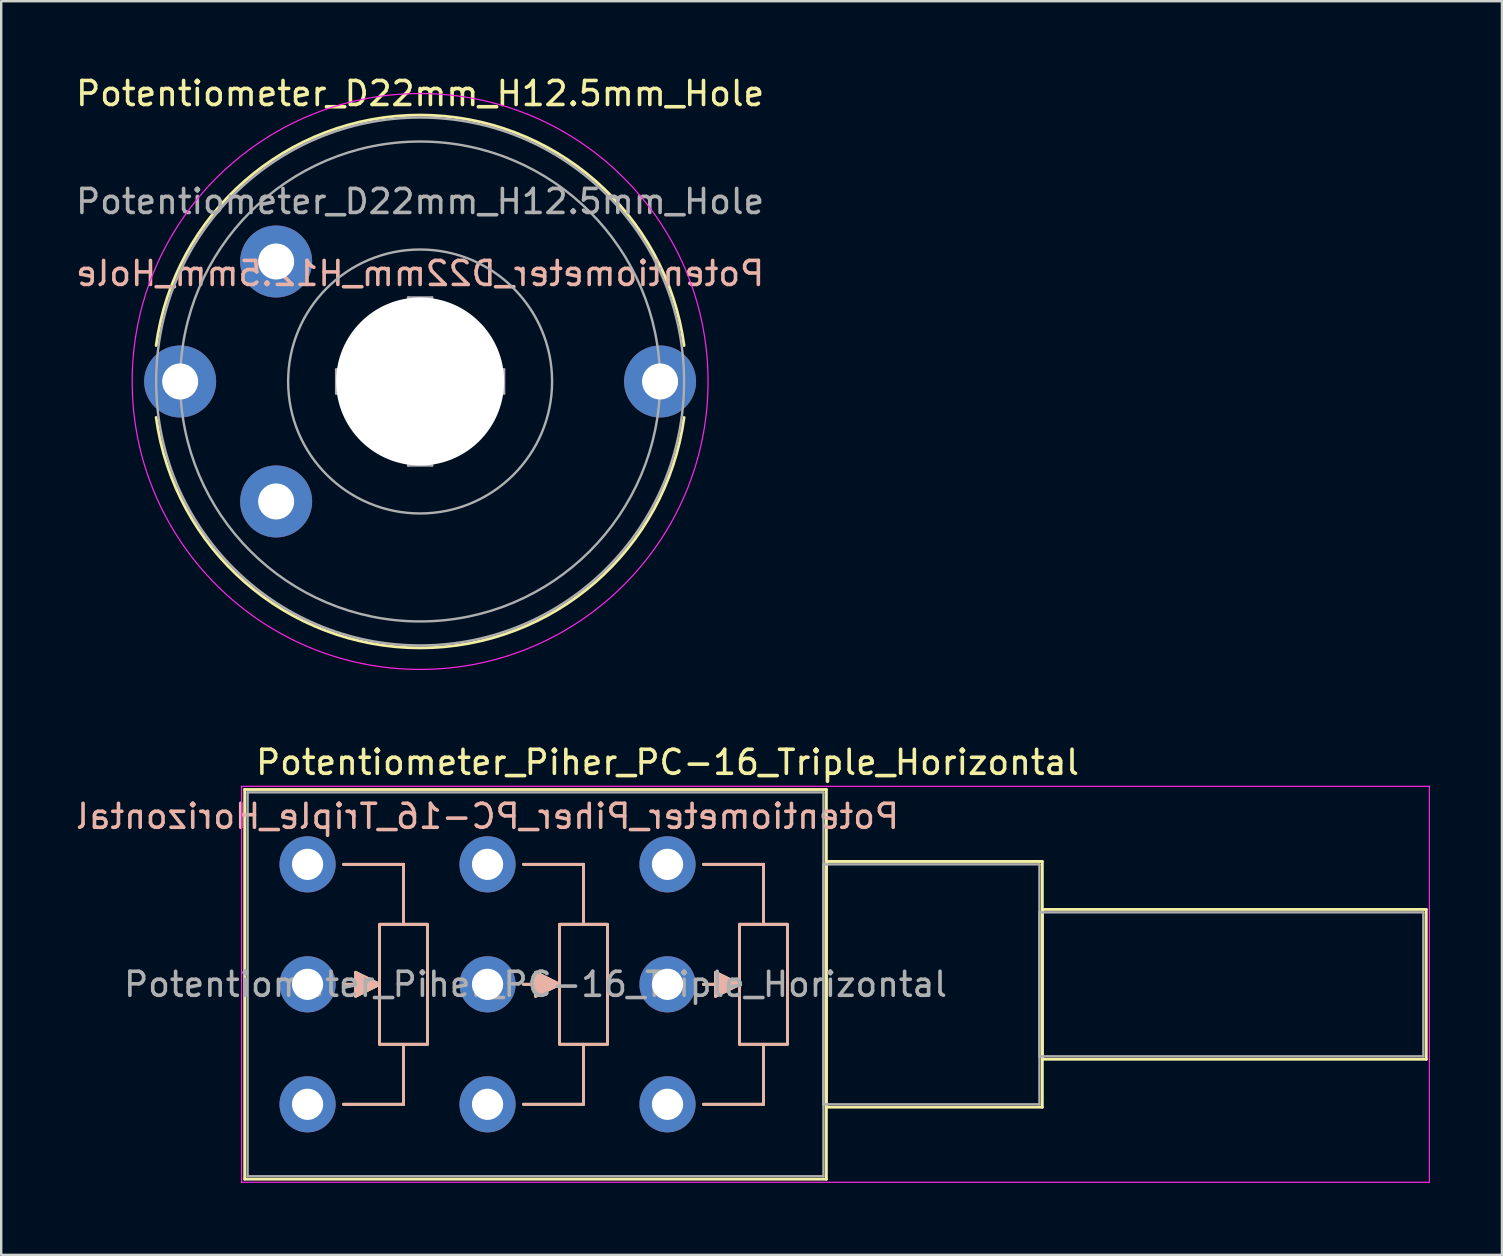
<source format=kicad_pcb>
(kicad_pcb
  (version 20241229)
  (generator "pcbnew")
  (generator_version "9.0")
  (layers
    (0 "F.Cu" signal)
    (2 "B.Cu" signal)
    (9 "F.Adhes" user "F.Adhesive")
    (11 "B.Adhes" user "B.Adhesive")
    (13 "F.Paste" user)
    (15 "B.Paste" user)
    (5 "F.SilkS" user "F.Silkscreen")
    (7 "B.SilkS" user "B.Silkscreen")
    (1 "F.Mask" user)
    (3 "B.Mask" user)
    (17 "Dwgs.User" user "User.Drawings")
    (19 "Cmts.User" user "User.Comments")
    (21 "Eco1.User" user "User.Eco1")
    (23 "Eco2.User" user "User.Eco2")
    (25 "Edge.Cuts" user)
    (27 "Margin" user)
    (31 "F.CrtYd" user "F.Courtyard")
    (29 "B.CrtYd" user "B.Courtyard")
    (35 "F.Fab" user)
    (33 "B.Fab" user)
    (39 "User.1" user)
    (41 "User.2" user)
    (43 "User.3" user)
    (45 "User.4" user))
  (footprint "Potentiometer_Piher_PC-16_Triple_Horizontal"
    (layer "F.Cu")
    (at 24.768 42.971)
    (property "Reference" "Potentiometer_Piher_PC-16_Triple_Horizontal" (at 0 -14.25 0) (layer "F.SilkS") (effects (font (size 1 1) (thickness 0.15))))
    (attr through_hole)
    (fp_line (start -17.62 -13.12) (end -17.62 3.12) (stroke (width 0.12) (type solid)) (layer "F.SilkS"))
    (fp_line (start -17.62 -13.12) (end 6.62 -13.12) (stroke (width 0.12) (type solid)) (layer "F.SilkS"))
    (fp_line (start -17.62 3.12) (end 6.62 3.12) (stroke (width 0.12) (type solid)) (layer "F.SilkS"))
    (fp_line (start -13.5 0) (end -11 0) (stroke (width 0.12) (type solid)) (layer "F.SilkS"))
    (fp_line (start -12 -5) (end -13.5 -5) (stroke (width 0.12) (type solid)) (layer "F.SilkS"))
    (fp_line (start -11 -10) (end -13.5 -10) (stroke (width 0.12) (type solid)) (layer "F.SilkS"))
    (fp_line (start -11 -7.5) (end -11 -10) (stroke (width 0.12) (type solid)) (layer "F.SilkS"))
    (fp_line (start -11 0) (end -11 -2.5) (stroke (width 0.12) (type solid)) (layer "F.SilkS"))
    (fp_line (start -6 0) (end -3.5 0) (stroke (width 0.12) (type solid)) (layer "F.SilkS"))
    (fp_line (start -4.5 -5) (end -6 -5) (stroke (width 0.12) (type solid)) (layer "F.SilkS"))
    (fp_line (start -3.5 -10) (end -6 -10) (stroke (width 0.12) (type solid)) (layer "F.SilkS"))
    (fp_line (start -3.5 -7.5) (end -3.5 -10) (stroke (width 0.12) (type solid)) (layer "F.SilkS"))
    (fp_line (start -3.5 0) (end -3.5 -2.5) (stroke (width 0.12) (type solid)) (layer "F.SilkS"))
    (fp_line (start 1.5 0) (end 4 0) (stroke (width 0.12) (type solid)) (layer "F.SilkS"))
    (fp_line (start 3 -5) (end 1.5 -5) (stroke (width 0.12) (type solid)) (layer "F.SilkS"))
    (fp_line (start 4 -10) (end 1.5 -10) (stroke (width 0.12) (type solid)) (layer "F.SilkS"))
    (fp_line (start 4 -7.5) (end 4 -10) (stroke (width 0.12) (type solid)) (layer "F.SilkS"))
    (fp_line (start 4 0) (end 4 -2.5) (stroke (width 0.12) (type solid)) (layer "F.SilkS"))
    (fp_line (start 6.62 -13.12) (end 6.62 3.12) (stroke (width 0.12) (type solid)) (layer "F.SilkS"))
    (fp_line (start 6.62 -10.12) (end 6.62 0.12) (stroke (width 0.12) (type solid)) (layer "F.SilkS"))
    (fp_line (start 6.62 -10.12) (end 15.62 -10.12) (stroke (width 0.12) (type solid)) (layer "F.SilkS"))
    (fp_line (start 6.62 0.12) (end 15.62 0.12) (stroke (width 0.12) (type solid)) (layer "F.SilkS"))
    (fp_line (start 15.62 -10.12) (end 15.62 0.12) (stroke (width 0.12) (type solid)) (layer "F.SilkS"))
    (fp_line (start 15.62 -8.12) (end 15.62 -1.879) (stroke (width 0.12) (type solid)) (layer "F.SilkS"))
    (fp_line (start 15.62 -8.12) (end 31.62 -8.12) (stroke (width 0.12) (type solid)) (layer "F.SilkS"))
    (fp_line (start 15.62 -1.879) (end 31.62 -1.879) (stroke (width 0.12) (type solid)) (layer "F.SilkS"))
    (fp_line (start 31.62 -8.12) (end 31.62 -1.879) (stroke (width 0.12) (type solid)) (layer "F.SilkS"))
    (fp_rect (start -10 -2.5) (end -12 -7.5) (stroke (width 0.12) (type solid)) (fill no) (layer "F.SilkS"))
    (fp_rect (start -2.5 -2.5) (end -4.5 -7.5) (stroke (width 0.12) (type solid)) (fill no) (layer "F.SilkS"))
    (fp_rect (start 5 -2.5) (end 3 -7.5) (stroke (width 0.12) (type solid)) (fill no) (layer "F.SilkS"))
    (fp_poly (pts (xy -13 -5.5) (xy -12 -5) (xy -13 -4.5)) (stroke (width 0.12) (type solid)) (fill yes) (layer "F.SilkS"))
    (fp_poly (pts (xy -5.5 -5.5) (xy -4.5 -5) (xy -5.5 -4.5)) (stroke (width 0.12) (type solid)) (fill yes) (layer "F.SilkS"))
    (fp_poly (pts (xy 2 -5.5) (xy 3 -5) (xy 2 -4.5)) (stroke (width 0.12) (type solid)) (fill yes) (layer "F.SilkS"))
    (fp_line (start -13.5 -5) (end -13 -5) (stroke (width 0.12) (type solid)) (layer "B.SilkS"))
    (fp_line (start -11 -10) (end -13.5 -10) (stroke (width 0.12) (type solid)) (layer "B.SilkS"))
    (fp_line (start -11 -7.5) (end -11 -10) (stroke (width 0.12) (type solid)) (layer "B.SilkS"))
    (fp_line (start -11 -2.5) (end -11 0) (stroke (width 0.12) (type solid)) (layer "B.SilkS"))
    (fp_line (start -11 0) (end -13.5 0) (stroke (width 0.12) (type solid)) (layer "B.SilkS"))
    (fp_line (start -6 -5) (end -5.5 -5) (stroke (width 0.12) (type solid)) (layer "B.SilkS"))
    (fp_line (start -3.5 -10) (end -6 -10) (stroke (width 0.12) (type solid)) (layer "B.SilkS"))
    (fp_line (start -3.5 -7.5) (end -3.5 -10) (stroke (width 0.12) (type solid)) (layer "B.SilkS"))
    (fp_line (start -3.5 -2.5) (end -3.5 0) (stroke (width 0.12) (type solid)) (layer "B.SilkS"))
    (fp_line (start -3.5 0) (end -6 0) (stroke (width 0.12) (type solid)) (layer "B.SilkS"))
    (fp_line (start 1.5 -5) (end 2 -5) (stroke (width 0.12) (type solid)) (layer "B.SilkS"))
    (fp_line (start 4 -10) (end 1.5 -10) (stroke (width 0.12) (type solid)) (layer "B.SilkS"))
    (fp_line (start 4 -7.5) (end 4 -10) (stroke (width 0.12) (type solid)) (layer "B.SilkS"))
    (fp_line (start 4 -2.5) (end 4 0) (stroke (width 0.12) (type solid)) (layer "B.SilkS"))
    (fp_line (start 4 0) (end 1.5 0) (stroke (width 0.12) (type solid)) (layer "B.SilkS"))
    (fp_rect (start -12 -7.5) (end -10 -2.5) (stroke (width 0.12) (type solid)) (fill no) (layer "B.SilkS"))
    (fp_rect (start -4.5 -7.5) (end -2.5 -2.5) (stroke (width 0.12) (type solid)) (fill no) (layer "B.SilkS"))
    (fp_rect (start 3 -7.5) (end 5 -2.5) (stroke (width 0.12) (type solid)) (fill no) (layer "B.SilkS"))
    (fp_poly (pts (xy -12 -5) (xy -13 -4.5) (xy -13 -5.5)) (stroke (width 0.12) (type solid)) (fill yes) (layer "B.SilkS"))
    (fp_poly (pts (xy -4.5 -5) (xy -5.5 -4.5) (xy -5.5 -5.5)) (stroke (width 0.12) (type solid)) (fill yes) (layer "B.SilkS"))
    (fp_poly (pts (xy 3 -5) (xy 2 -4.5) (xy 2 -5.5)) (stroke (width 0.12) (type solid)) (fill yes) (layer "B.SilkS"))
    (fp_line (start -17.75 -13.25) (end -17.75 3.25) (stroke (width 0.05) (type solid)) (layer "F.CrtYd"))
    (fp_line (start -17.75 3.25) (end 31.75 3.25) (stroke (width 0.05) (type solid)) (layer "F.CrtYd"))
    (fp_line (start 31.75 -13.25) (end -17.75 -13.25) (stroke (width 0.05) (type solid)) (layer "F.CrtYd"))
    (fp_line (start 31.75 3.25) (end 31.75 -13.25) (stroke (width 0.05) (type solid)) (layer "F.CrtYd"))
    (fp_line (start -17.5 -13) (end -17.5 3) (stroke (width 0.1) (type solid)) (layer "F.Fab"))
    (fp_line (start -17.5 3) (end 6.5 3) (stroke (width 0.1) (type solid)) (layer "F.Fab"))
    (fp_line (start 6.5 -13) (end -17.5 -13) (stroke (width 0.1) (type solid)) (layer "F.Fab"))
    (fp_line (start 6.5 -10) (end 6.5 0) (stroke (width 0.1) (type solid)) (layer "F.Fab"))
    (fp_line (start 6.5 0) (end 15.5 0) (stroke (width 0.1) (type solid)) (layer "F.Fab"))
    (fp_line (start 6.5 3) (end 6.5 -13) (stroke (width 0.1) (type solid)) (layer "F.Fab"))
    (fp_line (start 15.5 -10) (end 6.5 -10) (stroke (width 0.1) (type solid)) (layer "F.Fab"))
    (fp_line (start 15.5 -8) (end 15.5 -2) (stroke (width 0.1) (type solid)) (layer "F.Fab"))
    (fp_line (start 15.5 -2) (end 31.5 -2) (stroke (width 0.1) (type solid)) (layer "F.Fab"))
    (fp_line (start 15.5 0) (end 15.5 -10) (stroke (width 0.1) (type solid)) (layer "F.Fab"))
    (fp_line (start 31.5 -8) (end 15.5 -8) (stroke (width 0.1) (type solid)) (layer "F.Fab"))
    (fp_line (start 31.5 -2) (end 31.5 -8) (stroke (width 0.1) (type solid)) (layer "F.Fab"))
    (fp_text user "${REFERENCE}" (at -7.5 -12 0) (unlocked yes) (layer "B.SilkS") (effects (font (size 1 1) (thickness 0.15)) (justify mirror)))
    (fp_text user "${REFERENCE}" (at -5.5 -5 0) (layer "F.Fab") (effects (font (size 1 1) (thickness 0.15))))
    (pad "1" thru_hole circle (at 0 0) (size 2.34 2.34) (drill 1.3) (layers "*.Cu" "*.Mask"))
    (pad "2" thru_hole circle (at 0 -5) (size 2.34 2.34) (drill 1.3) (layers "*.Cu" "*.Mask"))
    (pad "3" thru_hole circle (at 0 -10) (size 2.34 2.34) (drill 1.3) (layers "*.Cu" "*.Mask"))
    (pad "4" thru_hole circle (at -7.5 0) (size 2.34 2.34) (drill 1.3) (layers "*.Cu" "*.Mask"))
    (pad "5" thru_hole circle (at -7.5 -5) (size 2.34 2.34) (drill 1.3) (layers "*.Cu" "*.Mask"))
    (pad "6" thru_hole circle (at -7.5 -10) (size 2.34 2.34) (drill 1.3) (layers "*.Cu" "*.Mask"))
    (pad "7" thru_hole circle (at -15 0) (size 2.34 2.34) (drill 1.3) (layers "*.Cu" "*.Mask"))
    (pad "8" thru_hole circle (at -15 -5) (size 2.34 2.34) (drill 1.3) (layers "*.Cu" "*.Mask"))
    (pad "9" thru_hole circle (at -15 -10) (size 2.34 2.34) (drill 1.3) (layers "*.Cu" "*.Mask")))
  (footprint "Potentiometer_D22mm_H12.5mm_Hole"
    (layer "F.Cu")
    (at 8.458 7.848)
    (property "Reference" "Potentiometer_D22mm_H12.5mm_Hole" (at 6 -7 0) (unlocked yes) (layer "F.SilkS") (effects (font (size 1 1) (thickness 0.15))))
    (attr smd)
    (fp_arc (start -4.999999 3.5) (mid 6 -6.101801) (end 16.999999 3.5) (stroke (width 0.12) (type solid)) (layer "F.SilkS"))
    (fp_arc (start 16.999999 6.5) (mid 6 16.101801) (end -4.999999 6.5) (stroke (width 0.12) (type solid)) (layer "F.SilkS"))
    (fp_circle (center 6 5) (end 18 5) (stroke (width 0.05) (type solid)) (fill no) (layer "F.CrtYd"))
    (fp_line (start 2.5 4.5) (end 2.5 5.5) (stroke (width 0.1) (type solid)) (layer "F.Fab"))
    (fp_line (start 2.5 5.5) (end 5.5 5.5) (stroke (width 0.1) (type solid)) (layer "F.Fab"))
    (fp_line (start 5.5 1.5) (end 5.5 4.5) (stroke (width 0.1) (type solid)) (layer "F.Fab"))
    (fp_line (start 5.5 4.5) (end 2.5 4.5) (stroke (width 0.1) (type solid)) (layer "F.Fab"))
    (fp_line (start 5.5 5.5) (end 5.5 8.5) (stroke (width 0.1) (type solid)) (layer "F.Fab"))
    (fp_line (start 5.5 8.5) (end 6.5 8.5) (stroke (width 0.1) (type solid)) (layer "F.Fab"))
    (fp_line (start 6.5 1.5) (end 5.5 1.5) (stroke (width 0.1) (type solid)) (layer "F.Fab"))
    (fp_line (start 6.5 4.5) (end 6.5 1.5) (stroke (width 0.1) (type solid)) (layer "F.Fab"))
    (fp_line (start 6.5 5.5) (end 9.5 5.5) (stroke (width 0.1) (type solid)) (layer "F.Fab"))
    (fp_line (start 6.5 8.5) (end 6.5 5.5) (stroke (width 0.1) (type solid)) (layer "F.Fab"))
    (fp_line (start 9.5 4.5) (end 6.5 4.5) (stroke (width 0.1) (type solid)) (layer "F.Fab"))
    (fp_line (start 9.5 5.5) (end 9.5 4.5) (stroke (width 0.1) (type solid)) (layer "F.Fab"))
    (fp_circle (center 6 5) (end 11.5 5) (stroke (width 0.1) (type solid)) (fill no) (layer "F.Fab"))
    (fp_circle (center 6 5) (end 16 5) (stroke (width 0.1) (type solid)) (fill no) (layer "F.Fab"))
    (fp_circle (center 6 5) (end 17 5) (stroke (width 0.1) (type solid)) (fill no) (layer "F.Fab"))
    (fp_text user "${REFERENCE}" (at 6 0.5 0) (unlocked yes) (layer "B.SilkS") (effects (font (size 1 1) (thickness 0.15)) (justify mirror)))
    (fp_text user "${REFERENCE}" (at 6 -2.5 0) (unlocked yes) (layer "F.Fab") (effects (font (size 1 1) (thickness 0.15))))
    (pad "" np_thru_hole circle (at 6 5) (size 7 7) (drill 7) (layers "*.Cu" "*.Mask"))
    (pad "" thru_hole circle (at 16 5) (size 3 3) (drill 1.5) (layers "*.Cu" "*.Mask"))
    (pad "1" thru_hole circle (at 0 0) (size 3 3) (drill 1.5) (layers "*.Cu" "*.Mask"))
    (pad "2" thru_hole circle (at -4 5) (size 3 3) (drill 1.5) (layers "*.Cu" "*.Mask"))
    (pad "3" thru_hole circle (at 0 10) (size 3 3) (drill 1.5) (layers "*.Cu" "*.Mask")))
  (gr_rect
    (start -3 -3)
    (end 59.543 49.246)
    (stroke (width 0.1) (type default))
    (fill no)
    (layer "Edge.Cuts")))
</source>
